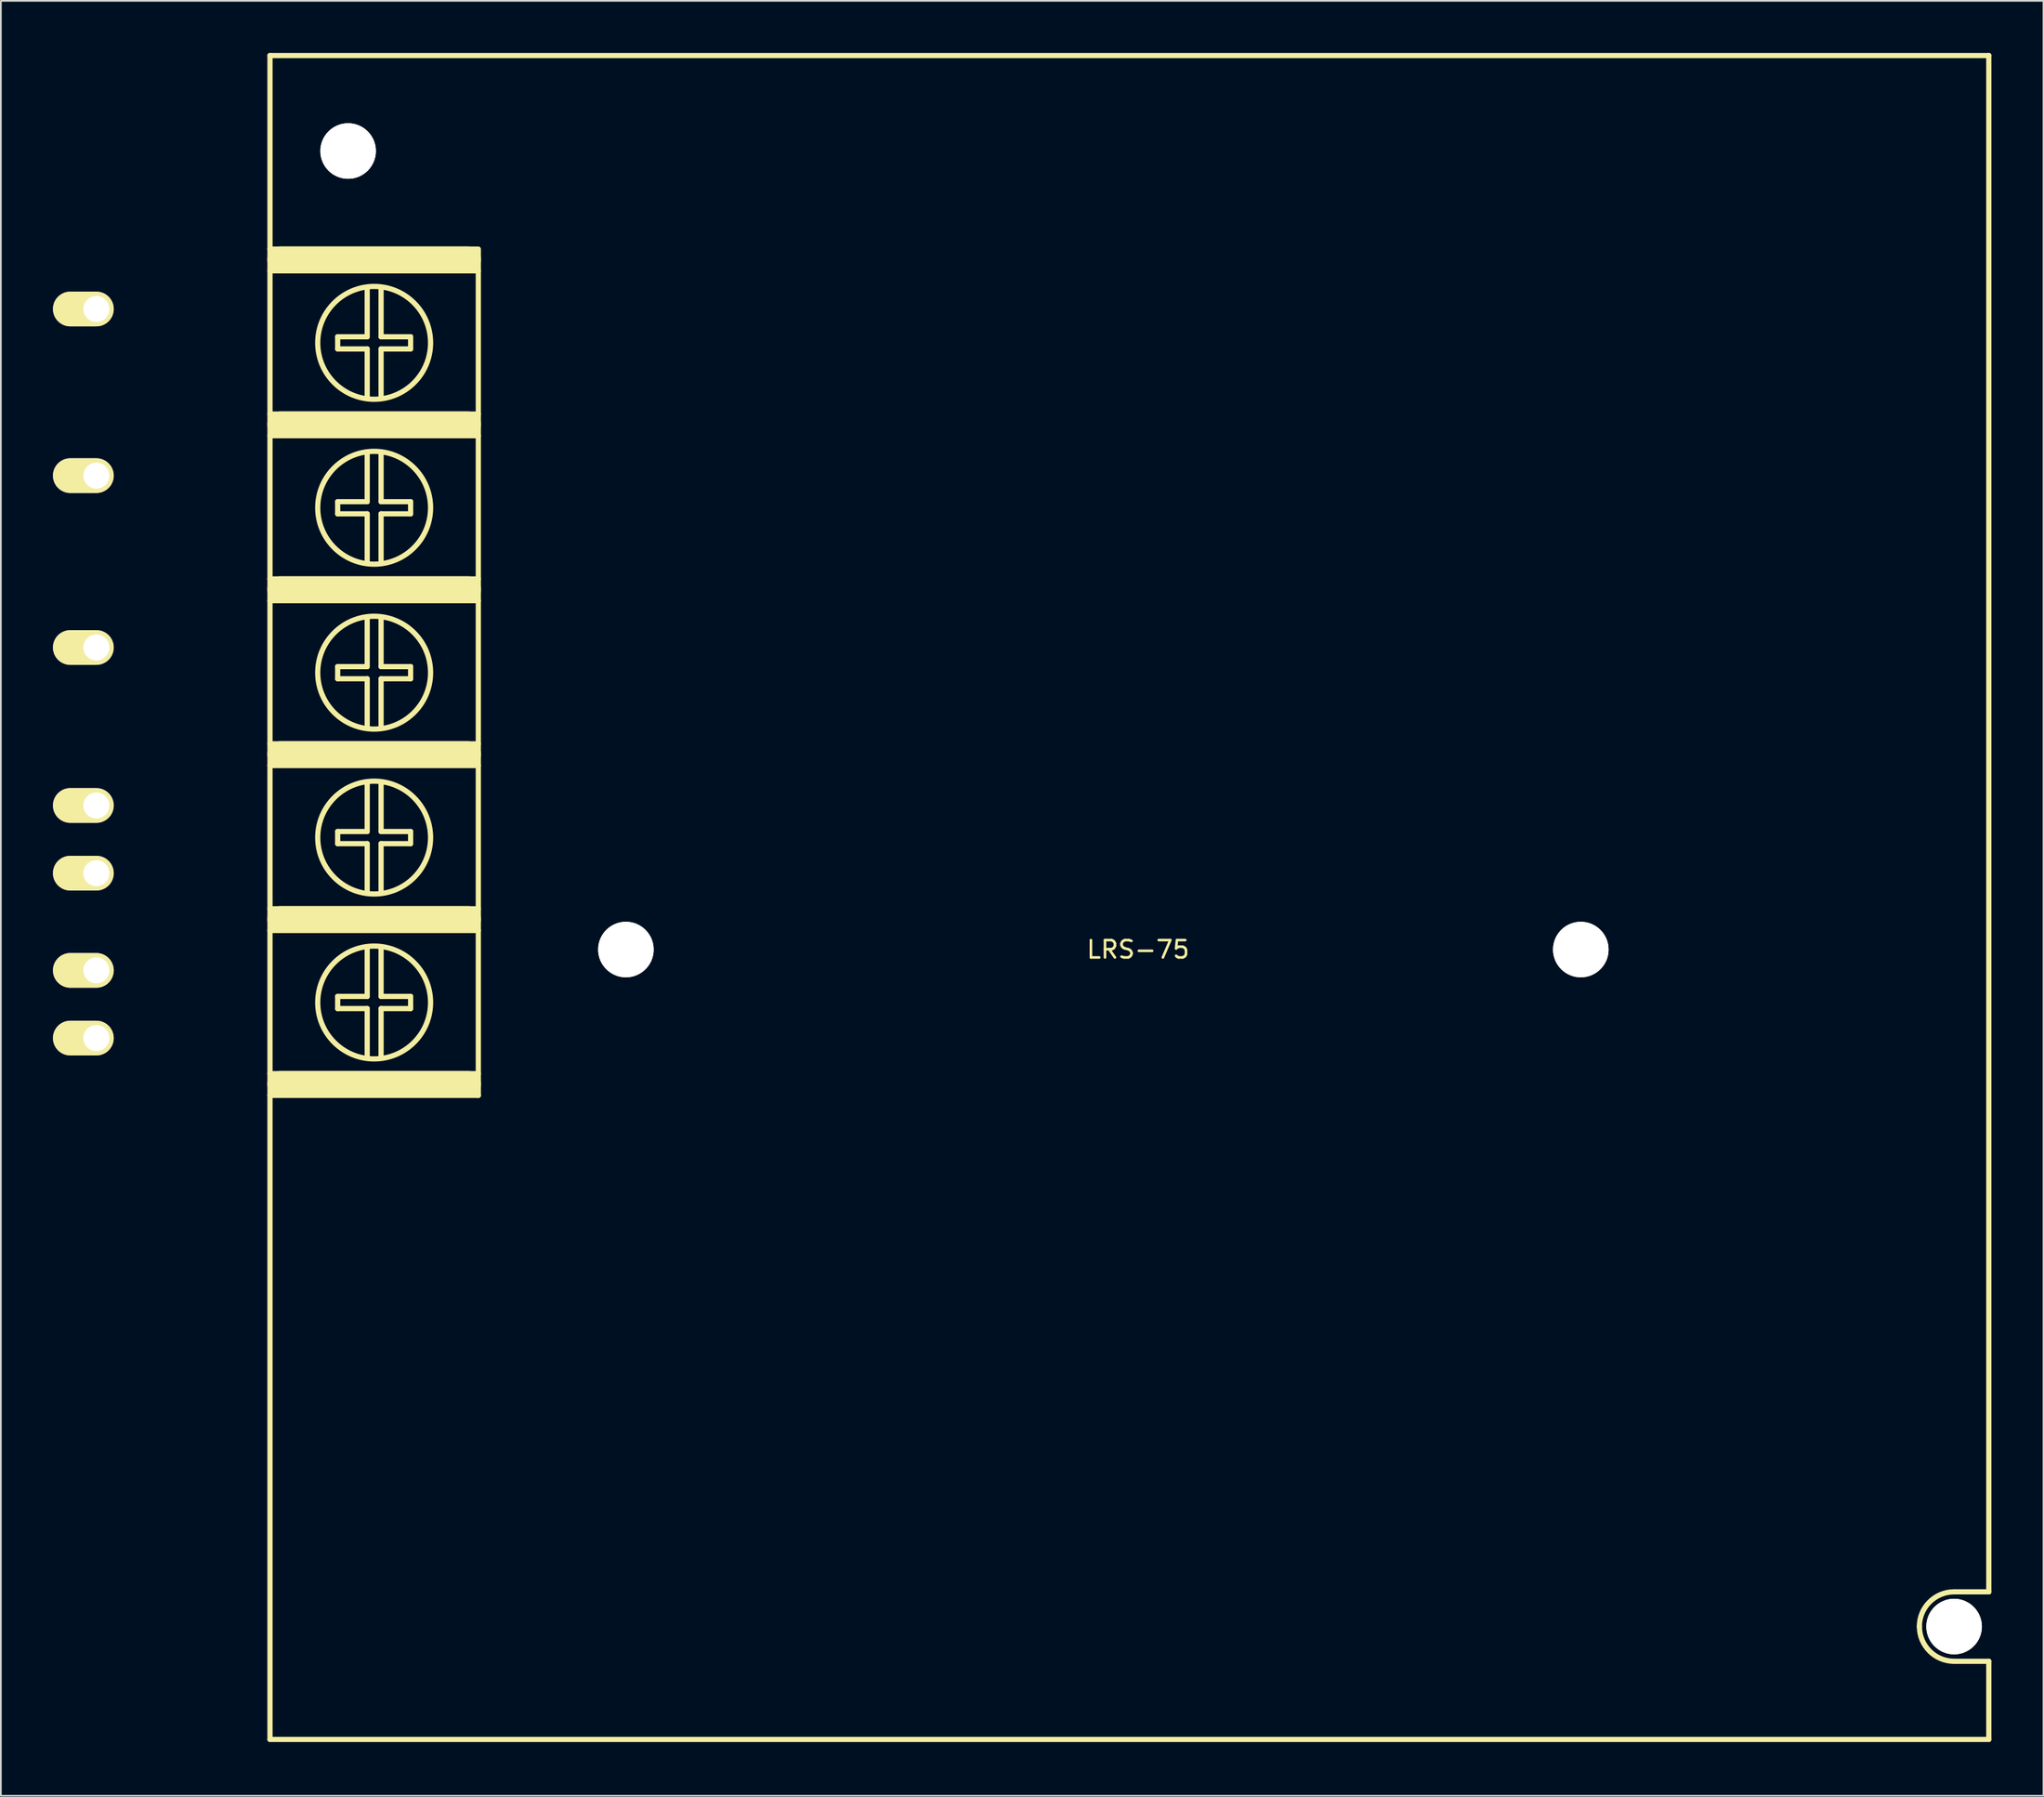
<source format=kicad_pcb>
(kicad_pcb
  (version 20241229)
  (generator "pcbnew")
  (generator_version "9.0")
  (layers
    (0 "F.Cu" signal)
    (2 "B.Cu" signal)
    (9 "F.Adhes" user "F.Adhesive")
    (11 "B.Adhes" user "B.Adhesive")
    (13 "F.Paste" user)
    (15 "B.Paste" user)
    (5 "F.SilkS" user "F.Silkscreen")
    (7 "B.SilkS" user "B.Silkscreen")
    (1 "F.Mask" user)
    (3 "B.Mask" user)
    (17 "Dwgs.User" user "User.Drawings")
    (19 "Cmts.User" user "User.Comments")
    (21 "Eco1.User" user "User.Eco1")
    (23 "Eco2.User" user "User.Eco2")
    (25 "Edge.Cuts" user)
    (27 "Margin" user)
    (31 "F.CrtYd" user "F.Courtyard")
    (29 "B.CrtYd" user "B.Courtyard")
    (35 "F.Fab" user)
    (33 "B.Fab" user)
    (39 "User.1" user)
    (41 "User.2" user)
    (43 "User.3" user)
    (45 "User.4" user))
  (footprint "LRS-75"
    (layer "F.Cu")
    (at 12.5 97.15)
    (property "Reference" "LRS-75" (at 50 -45.5 0) (layer "F.SilkS") (effects (font (size 1 1) (thickness 0.15))))
    (attr through_hole)
    (fp_line (start 0 -97) (end 0 0) (stroke (width 0.3) (type solid)) (layer "F.SilkS"))
    (fp_line (start 0 -85.85) (end 12 -85.85) (stroke (width 0.3) (type solid)) (layer "F.SilkS"))
    (fp_line (start 0 -84.6) (end 12 -84.6) (stroke (width 0.3) (type solid)) (layer "F.SilkS"))
    (fp_line (start 0 -76.35) (end 12 -76.35) (stroke (width 0.3) (type solid)) (layer "F.SilkS"))
    (fp_line (start 0 -75.1) (end 12 -75.1) (stroke (width 0.3) (type solid)) (layer "F.SilkS"))
    (fp_line (start 0 -66.85) (end 12 -66.85) (stroke (width 0.3) (type solid)) (layer "F.SilkS"))
    (fp_line (start 0 -65.6) (end 12 -65.6) (stroke (width 0.3) (type solid)) (layer "F.SilkS"))
    (fp_line (start 0 -57.35) (end 12 -57.35) (stroke (width 0.3) (type solid)) (layer "F.SilkS"))
    (fp_line (start 0 -56.1) (end 12 -56.1) (stroke (width 0.3) (type solid)) (layer "F.SilkS"))
    (fp_line (start 0 -47.85) (end 12 -47.85) (stroke (width 0.3) (type solid)) (layer "F.SilkS"))
    (fp_line (start 0 -46.6) (end 12 -46.6) (stroke (width 0.3) (type solid)) (layer "F.SilkS"))
    (fp_line (start 0 -38.35) (end 12 -38.35) (stroke (width 0.3) (type solid)) (layer "F.SilkS"))
    (fp_line (start 0 -37.1) (end 12 -37.1) (stroke (width 0.3) (type solid)) (layer "F.SilkS"))
    (fp_line (start 0 0) (end 99 0) (stroke (width 0.3) (type solid)) (layer "F.SilkS"))
    (fp_line (start 0.6 -85.25) (end 11.4 -85.25) (stroke (width 1.5) (type solid)) (layer "F.SilkS"))
    (fp_line (start 0.6 -75.75) (end 11.4 -75.75) (stroke (width 1.5) (type solid)) (layer "F.SilkS"))
    (fp_line (start 0.6 -66.25) (end 11.4 -66.25) (stroke (width 1.5) (type solid)) (layer "F.SilkS"))
    (fp_line (start 0.6 -56.75) (end 11.4 -56.75) (stroke (width 1.5) (type solid)) (layer "F.SilkS"))
    (fp_line (start 0.6 -47.25) (end 11.4 -47.25) (stroke (width 1.5) (type solid)) (layer "F.SilkS"))
    (fp_line (start 0.6 -37.75) (end 11.4 -37.75) (stroke (width 1.5) (type solid)) (layer "F.SilkS"))
    (fp_line (start 3.9 -80.8) (end 5.6 -80.8) (stroke (width 0.3) (type solid)) (layer "F.SilkS"))
    (fp_line (start 3.9 -80.1) (end 3.9 -80.8) (stroke (width 0.3) (type solid)) (layer "F.SilkS"))
    (fp_line (start 3.9 -71.3) (end 5.6 -71.3) (stroke (width 0.3) (type solid)) (layer "F.SilkS"))
    (fp_line (start 3.9 -70.6) (end 3.9 -71.3) (stroke (width 0.3) (type solid)) (layer "F.SilkS"))
    (fp_line (start 3.9 -61.8) (end 5.6 -61.8) (stroke (width 0.3) (type solid)) (layer "F.SilkS"))
    (fp_line (start 3.9 -61.1) (end 3.9 -61.8) (stroke (width 0.3) (type solid)) (layer "F.SilkS"))
    (fp_line (start 3.9 -52.3) (end 5.6 -52.3) (stroke (width 0.3) (type solid)) (layer "F.SilkS"))
    (fp_line (start 3.9 -51.6) (end 3.9 -52.3) (stroke (width 0.3) (type solid)) (layer "F.SilkS"))
    (fp_line (start 3.9 -42.8) (end 5.6 -42.8) (stroke (width 0.3) (type solid)) (layer "F.SilkS"))
    (fp_line (start 3.9 -42.1) (end 3.9 -42.8) (stroke (width 0.3) (type solid)) (layer "F.SilkS"))
    (fp_line (start 5.6 -80.8) (end 5.6 -83.6) (stroke (width 0.3) (type solid)) (layer "F.SilkS"))
    (fp_line (start 5.6 -80.1) (end 3.9 -80.1) (stroke (width 0.3) (type solid)) (layer "F.SilkS"))
    (fp_line (start 5.6 -77.3) (end 5.6 -80.1) (stroke (width 0.3) (type solid)) (layer "F.SilkS"))
    (fp_line (start 5.6 -71.3) (end 5.6 -74.1) (stroke (width 0.3) (type solid)) (layer "F.SilkS"))
    (fp_line (start 5.6 -70.6) (end 3.9 -70.6) (stroke (width 0.3) (type solid)) (layer "F.SilkS"))
    (fp_line (start 5.6 -67.8) (end 5.6 -70.6) (stroke (width 0.3) (type solid)) (layer "F.SilkS"))
    (fp_line (start 5.6 -61.8) (end 5.6 -64.6) (stroke (width 0.3) (type solid)) (layer "F.SilkS"))
    (fp_line (start 5.6 -61.1) (end 3.9 -61.1) (stroke (width 0.3) (type solid)) (layer "F.SilkS"))
    (fp_line (start 5.6 -58.3) (end 5.6 -61.1) (stroke (width 0.3) (type solid)) (layer "F.SilkS"))
    (fp_line (start 5.6 -52.3) (end 5.6 -55.1) (stroke (width 0.3) (type solid)) (layer "F.SilkS"))
    (fp_line (start 5.6 -51.6) (end 3.9 -51.6) (stroke (width 0.3) (type solid)) (layer "F.SilkS"))
    (fp_line (start 5.6 -48.8) (end 5.6 -51.6) (stroke (width 0.3) (type solid)) (layer "F.SilkS"))
    (fp_line (start 5.6 -42.8) (end 5.6 -45.6) (stroke (width 0.3) (type solid)) (layer "F.SilkS"))
    (fp_line (start 5.6 -42.1) (end 3.9 -42.1) (stroke (width 0.3) (type solid)) (layer "F.SilkS"))
    (fp_line (start 5.6 -39.3) (end 5.6 -42.1) (stroke (width 0.3) (type solid)) (layer "F.SilkS"))
    (fp_line (start 6.4 -83.6) (end 6.4 -80.8) (stroke (width 0.3) (type solid)) (layer "F.SilkS"))
    (fp_line (start 6.4 -80.8) (end 8.1 -80.8) (stroke (width 0.3) (type solid)) (layer "F.SilkS"))
    (fp_line (start 6.4 -80.1) (end 6.4 -77.3) (stroke (width 0.3) (type solid)) (layer "F.SilkS"))
    (fp_line (start 6.4 -74.1) (end 6.4 -71.3) (stroke (width 0.3) (type solid)) (layer "F.SilkS"))
    (fp_line (start 6.4 -71.3) (end 8.1 -71.3) (stroke (width 0.3) (type solid)) (layer "F.SilkS"))
    (fp_line (start 6.4 -70.6) (end 6.4 -67.8) (stroke (width 0.3) (type solid)) (layer "F.SilkS"))
    (fp_line (start 6.4 -64.6) (end 6.4 -61.8) (stroke (width 0.3) (type solid)) (layer "F.SilkS"))
    (fp_line (start 6.4 -61.8) (end 8.1 -61.8) (stroke (width 0.3) (type solid)) (layer "F.SilkS"))
    (fp_line (start 6.4 -61.1) (end 6.4 -58.3) (stroke (width 0.3) (type solid)) (layer "F.SilkS"))
    (fp_line (start 6.4 -55.1) (end 6.4 -52.3) (stroke (width 0.3) (type solid)) (layer "F.SilkS"))
    (fp_line (start 6.4 -52.3) (end 8.1 -52.3) (stroke (width 0.3) (type solid)) (layer "F.SilkS"))
    (fp_line (start 6.4 -51.6) (end 6.4 -48.8) (stroke (width 0.3) (type solid)) (layer "F.SilkS"))
    (fp_line (start 6.4 -45.6) (end 6.4 -42.8) (stroke (width 0.3) (type solid)) (layer "F.SilkS"))
    (fp_line (start 6.4 -42.8) (end 8.1 -42.8) (stroke (width 0.3) (type solid)) (layer "F.SilkS"))
    (fp_line (start 6.4 -42.1) (end 6.4 -39.3) (stroke (width 0.3) (type solid)) (layer "F.SilkS"))
    (fp_line (start 8.1 -80.8) (end 8.1 -80.1) (stroke (width 0.3) (type solid)) (layer "F.SilkS"))
    (fp_line (start 8.1 -80.1) (end 6.4 -80.1) (stroke (width 0.3) (type solid)) (layer "F.SilkS"))
    (fp_line (start 8.1 -71.3) (end 8.1 -70.6) (stroke (width 0.3) (type solid)) (layer "F.SilkS"))
    (fp_line (start 8.1 -70.6) (end 6.4 -70.6) (stroke (width 0.3) (type solid)) (layer "F.SilkS"))
    (fp_line (start 8.1 -61.8) (end 8.1 -61.1) (stroke (width 0.3) (type solid)) (layer "F.SilkS"))
    (fp_line (start 8.1 -61.1) (end 6.4 -61.1) (stroke (width 0.3) (type solid)) (layer "F.SilkS"))
    (fp_line (start 8.1 -52.3) (end 8.1 -51.6) (stroke (width 0.3) (type solid)) (layer "F.SilkS"))
    (fp_line (start 8.1 -51.6) (end 6.4 -51.6) (stroke (width 0.3) (type solid)) (layer "F.SilkS"))
    (fp_line (start 8.1 -42.8) (end 8.1 -42.1) (stroke (width 0.3) (type solid)) (layer "F.SilkS"))
    (fp_line (start 8.1 -42.1) (end 6.4 -42.1) (stroke (width 0.3) (type solid)) (layer "F.SilkS"))
    (fp_line (start 12 -85.75) (end 12 -37.1) (stroke (width 0.3) (type solid)) (layer "F.SilkS"))
    (fp_line (start 97 -8.5) (end 99 -8.5) (stroke (width 0.3) (type solid)) (layer "F.SilkS"))
    (fp_line (start 97 -4.5) (end 99 -4.5) (stroke (width 0.3) (type solid)) (layer "F.SilkS"))
    (fp_line (start 99 -97) (end 0 -97) (stroke (width 0.3) (type solid)) (layer "F.SilkS"))
    (fp_line (start 99 -8.5) (end 99 -97) (stroke (width 0.3) (type solid)) (layer "F.SilkS"))
    (fp_line (start 99 -4.5) (end 99 0) (stroke (width 0.3) (type solid)) (layer "F.SilkS"))
    (fp_arc (start 95 -6.5) (mid 95.585786 -7.914214) (end 97 -8.5) (stroke (width 0.3) (type solid)) (layer "F.SilkS"))
    (fp_arc (start 97 -4.5) (mid 95.588044 -5.087018) (end 95.003491 -6.499997) (stroke (width 0.3) (type solid)) (layer "F.SilkS"))
    (fp_circle (center 6 -80.45) (end 6 -77.2) (stroke (width 0.3) (type solid)) (fill no) (layer "F.SilkS"))
    (fp_circle (center 6 -70.95) (end 6 -67.7) (stroke (width 0.3) (type solid)) (fill no) (layer "F.SilkS"))
    (fp_circle (center 6 -61.45) (end 6 -58.2) (stroke (width 0.3) (type solid)) (fill no) (layer "F.SilkS"))
    (fp_circle (center 6 -51.95) (end 6 -48.7) (stroke (width 0.3) (type solid)) (fill no) (layer "F.SilkS"))
    (fp_circle (center 6 -42.45) (end 6 -39.2) (stroke (width 0.3) (type solid)) (fill no) (layer "F.SilkS"))
    (pad "" np_thru_hole circle (at 4.5 -91.5) (size 3.2 3.2) (drill 3.2) (layers "*.Cu" "*.Mask" "F.SilkS"))
    (pad "" np_thru_hole circle (at 20.5 -45.5) (size 3.2 3.2) (drill 3.2) (layers "*.Cu" "*.Mask" "F.SilkS"))
    (pad "" np_thru_hole circle (at 75.5 -45.5) (size 3.2 3.2) (drill 3.2) (layers "*.Cu" "*.Mask" "F.SilkS"))
    (pad "" np_thru_hole circle (at 97 -6.5) (size 3.2 3.2) (drill 3.2) (layers "*.Cu" "*.Mask" "F.SilkS"))
    (pad "1" thru_hole oval (at -10 -82.4) (size 3.5 2) (drill 1.5 (offset -0.75 0)) (layers "*.Cu" "*.Mask" "F.SilkS"))
    (pad "2" thru_hole oval (at -10 -72.8) (size 3.5 2) (drill 1.5 (offset -0.75 0)) (layers "*.Cu" "*.Mask" "F.SilkS"))
    (pad "3" thru_hole oval (at -10 -62.9) (size 3.5 2) (drill 1.5 (offset -0.75 0)) (layers "*.Cu" "*.Mask" "F.SilkS"))
    (pad "4" thru_hole oval (at -10 -53.8) (size 3.5 2) (drill 1.5 (offset -0.75 0)) (layers "*.Cu" "*.Mask" "F.SilkS"))
    (pad "5" thru_hole oval (at -10 -44.3) (size 3.5 2) (drill 1.5 (offset -0.75 0)) (layers "*.Cu" "*.Mask" "F.SilkS"))
    (pad "6" thru_hole oval (at -10 -49.9) (size 3.5 2) (drill 1.5 (offset -0.75 0)) (layers "*.Cu" "*.Mask" "F.SilkS"))
    (pad "7" thru_hole oval (at -10 -40.4) (size 3.5 2) (drill 1.5 (offset -0.75 0)) (layers "*.Cu" "*.Mask" "F.SilkS")))
  (gr_rect
    (start -3 -3)
    (end 114.65 100.4)
    (stroke (width 0.1) (type default))
    (fill no)
    (layer "Edge.Cuts")))
</source>
